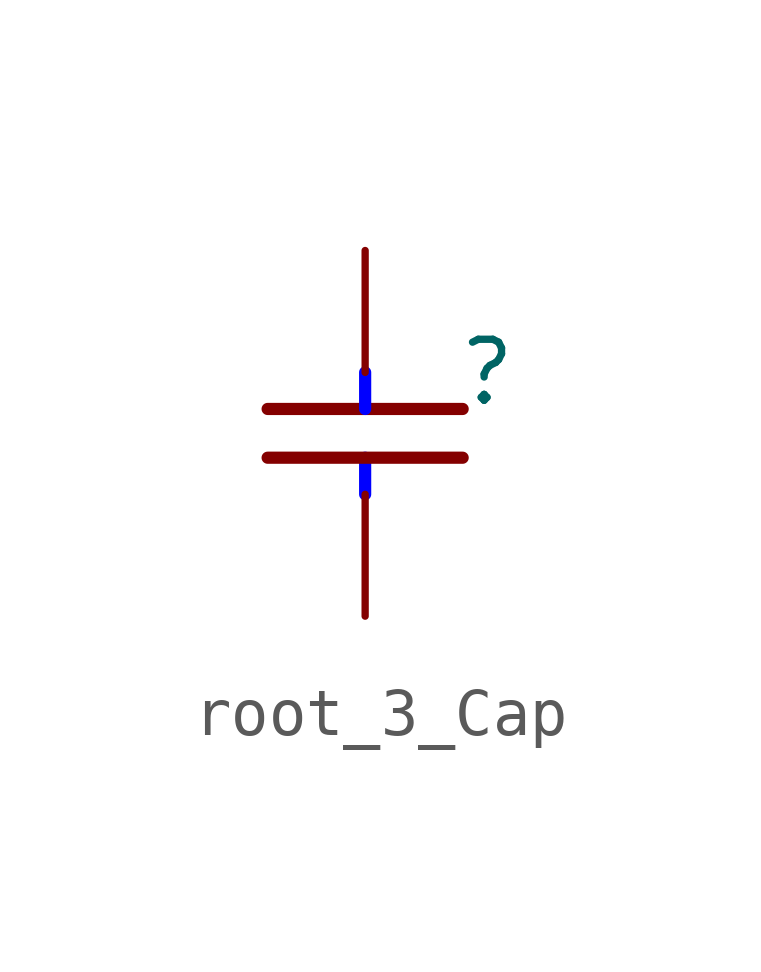
<source format=kicad_sym>
(kicad_symbol_lib
  (version 20241209)
  (generator "kicad_symbol_editor")
  (generator_version "9.0")
  (symbol "root_3_Cap"
    (property "Reference" ""
      (at 0 0 0)
      (effects (font (size 1.27 1.27))))
    (property "Value" ""
      (at 0 0 0)
      (effects (font (size 1.27 1.27))))
    (symbol "root_3_Cap_1_0"
      (polyline (pts (xy -4.572 -0.762) (xy -0.508 -0.762)) (stroke (width 0.254) (type solid)) (fill (type none)))
      (polyline (pts (xy -2.54 0) (xy -2.54 -0.762)) (stroke (width 0.254) (type solid) (color 0 0 255 1)) (fill (type none)))
      (polyline (pts (xy -2.54 -2.54) (xy -2.54 -1.778)) (stroke (width 0.254) (type solid) (color 0 0 255 1)) (fill (type none)))
      (polyline (pts (xy -0.508 -1.778) (xy -4.572 -1.778)) (stroke (width 0.254) (type solid)) (fill (type none)))
      (pin passive line (at -2.54 2.54 270) (length 2.54) (name "1" (effects (font (size 0 0)))) (number "1" (effects (font (size 0 0)))))
      (pin passive line (at -2.54 -5.08 90) (length 2.54) (name "2" (effects (font (size 0 0)))) (number "2" (effects (font (size 0 0))))))))
</source>
